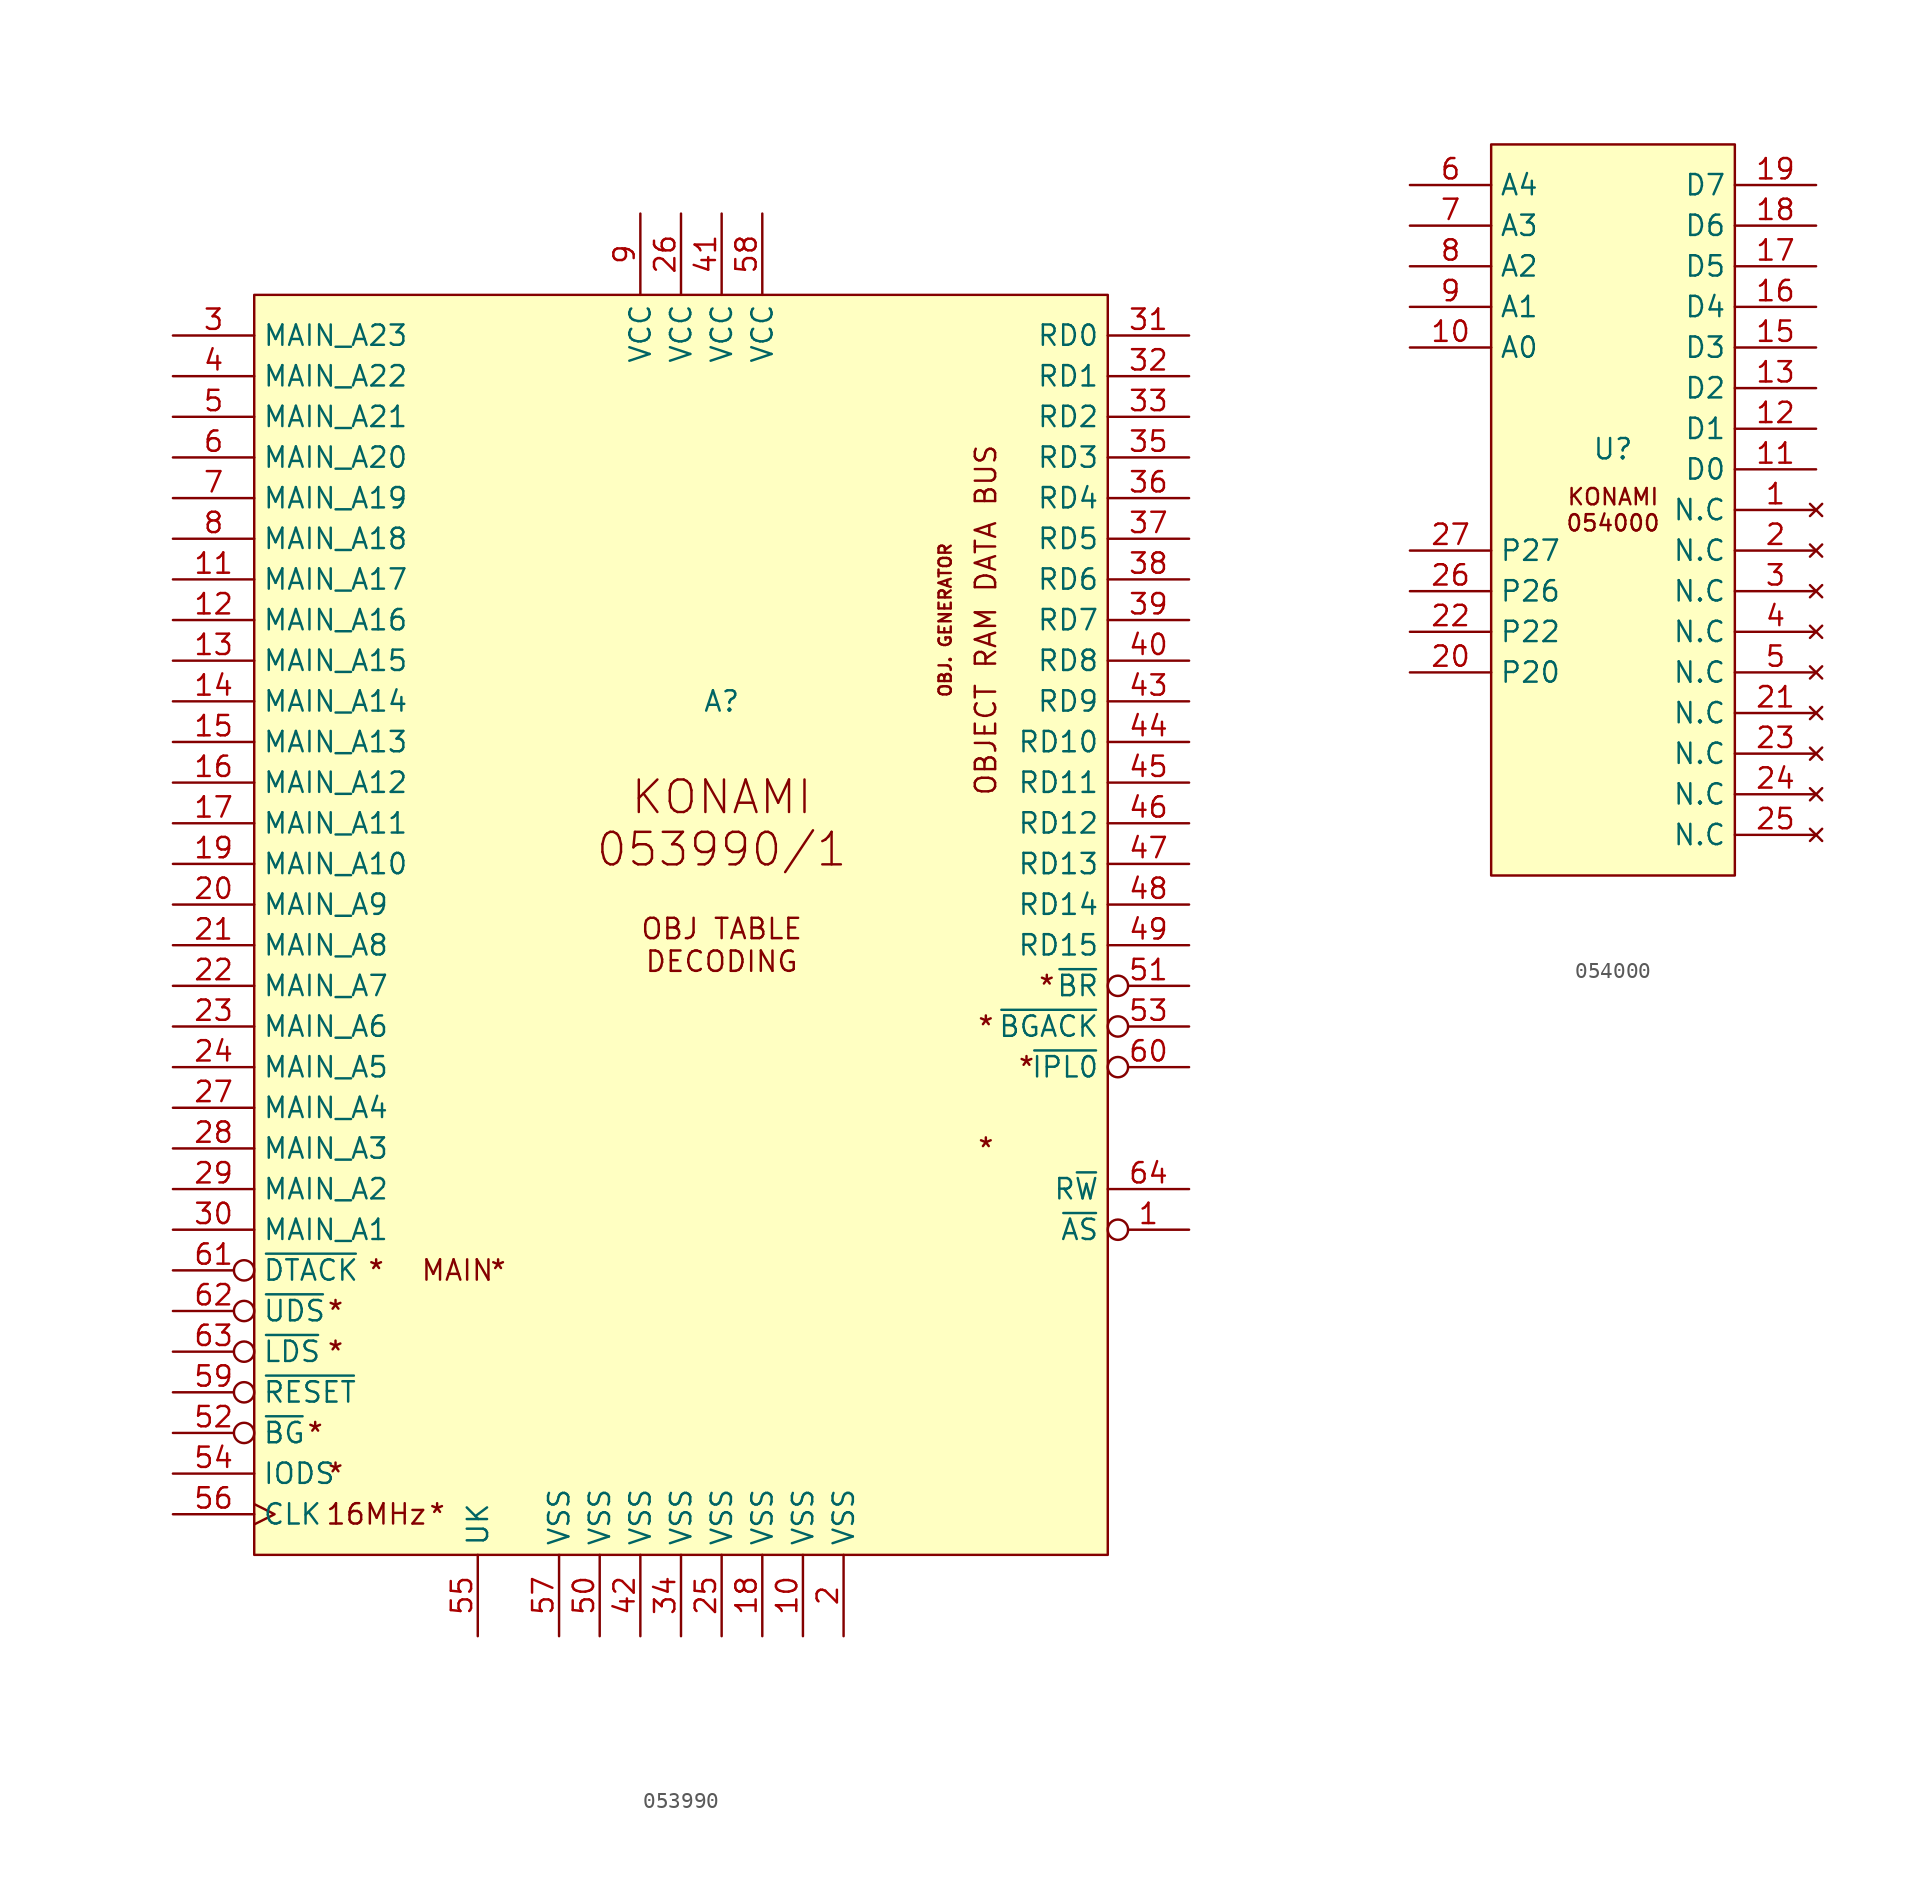
<source format=kicad_sym>
(kicad_symbol_lib
  (version 20231120)
  (generator "kicad_symbol_editor")
  (generator_version "8.0")
  (symbol "053990"
    (property "Reference" "A"
      (at 2.54 13.97 0)
      (effects (font (size 1.27 1.27))))
    (property "Value" ""
      (at 2.54 0 0)
      (effects (font (size 1.27 1.27))))
    (symbol "053990_1_1"
      (rectangle (start -26.67 39.37) (end 26.67 -39.37) (stroke (width 0) (type default)) (fill (type background)))
      (text "*" (at -22.86 -31.75 0) (effects (font (size 1.27 1.27))))
      (text "*" (at -21.59 -34.29 0) (effects (font (size 1.27 1.27))))
      (text "*" (at -21.59 -26.67 0) (effects (font (size 1.27 1.27))))
      (text "*" (at -21.59 -24.13 0) (effects (font (size 1.27 1.27))))
      (text "*" (at -19.05 -21.59 0) (effects (font (size 1.27 1.27))))
      (text "*" (at -15.24 -36.83 0) (effects (font (size 1.27 1.27))))
      (text "*" (at -11.43 -21.59 0) (effects (font (size 1.27 1.27))))
      (text "*" (at 19.05 -13.97 0) (effects (font (size 1.27 1.27))))
      (text "*" (at 19.05 -6.35 0) (effects (font (size 1.27 1.27))))
      (text "*" (at 21.59 -8.89 0) (effects (font (size 1.27 1.27))))
      (text "*" (at 22.86 -3.81 0) (effects (font (size 1.27 1.27))))
      (text "16MHz" (at -19.05 -36.83 0) (effects (font (size 1.27 1.27))))
      (text "KONAMI\n053990/1\n" (at 2.54 6.35 0) (effects (font (size 2.032 2.032))))
      (text "MAIN" (at -13.97 -21.59 0) (effects (font (size 1.27 1.27))))
      (text "OBJ TABLE\nDECODING" (at 2.54 -1.27 0) (effects (font (size 1.27 1.27))))
      (text "OBJ. GENERATOR" (at 16.51 19.05 900) (effects (font (size 0.762 0.762))))
      (text "OBJECT RAM DATA BUS" (at 19.05 19.05 900) (effects (font (size 1.27 1.27))))
      (pin tri_state inverted (at 31.75 -19.05 180) (length 5.08) (name "~{AS}" (effects (font (size 1.27 1.27)))) (number "1" (effects (font (size 1.27 1.27)))))
      (pin power_in line (at 7.62 -44.45 90) (length 5.08) (name "VSS" (effects (font (size 1.27 1.27)))) (number "10" (effects (font (size 1.27 1.27)))))
      (pin tri_state line (at -31.75 21.59 0) (length 5.08) (name "MAIN_A17" (effects (font (size 1.27 1.27)))) (number "11" (effects (font (size 1.27 1.27)))))
      (pin tri_state line (at -31.75 19.05 0) (length 5.08) (name "MAIN_A16" (effects (font (size 1.27 1.27)))) (number "12" (effects (font (size 1.27 1.27)))))
      (pin tri_state line (at -31.75 16.51 0) (length 5.08) (name "MAIN_A15" (effects (font (size 1.27 1.27)))) (number "13" (effects (font (size 1.27 1.27)))))
      (pin tri_state line (at -31.75 13.97 0) (length 5.08) (name "MAIN_A14" (effects (font (size 1.27 1.27)))) (number "14" (effects (font (size 1.27 1.27)))))
      (pin tri_state line (at -31.75 11.43 0) (length 5.08) (name "MAIN_A13" (effects (font (size 1.27 1.27)))) (number "15" (effects (font (size 1.27 1.27)))))
      (pin tri_state line (at -31.75 8.89 0) (length 5.08) (name "MAIN_A12" (effects (font (size 1.27 1.27)))) (number "16" (effects (font (size 1.27 1.27)))))
      (pin tri_state line (at -31.75 6.35 0) (length 5.08) (name "MAIN_A11" (effects (font (size 1.27 1.27)))) (number "17" (effects (font (size 1.27 1.27)))))
      (pin power_in line (at 5.08 -44.45 90) (length 5.08) (name "VSS" (effects (font (size 1.27 1.27)))) (number "18" (effects (font (size 1.27 1.27)))))
      (pin tri_state line (at -31.75 3.81 0) (length 5.08) (name "MAIN_A10" (effects (font (size 1.27 1.27)))) (number "19" (effects (font (size 1.27 1.27)))))
      (pin power_in line (at 10.16 -44.45 90) (length 5.08) (name "VSS" (effects (font (size 1.27 1.27)))) (number "2" (effects (font (size 1.27 1.27)))))
      (pin tri_state line (at -31.75 1.27 0) (length 5.08) (name "MAIN_A9" (effects (font (size 1.27 1.27)))) (number "20" (effects (font (size 1.27 1.27)))))
      (pin tri_state line (at -31.75 -1.27 0) (length 5.08) (name "MAIN_A8" (effects (font (size 1.27 1.27)))) (number "21" (effects (font (size 1.27 1.27)))))
      (pin tri_state line (at -31.75 -3.81 0) (length 5.08) (name "MAIN_A7" (effects (font (size 1.27 1.27)))) (number "22" (effects (font (size 1.27 1.27)))))
      (pin tri_state line (at -31.75 -6.35 0) (length 5.08) (name "MAIN_A6" (effects (font (size 1.27 1.27)))) (number "23" (effects (font (size 1.27 1.27)))))
      (pin tri_state line (at -31.75 -8.89 0) (length 5.08) (name "MAIN_A5" (effects (font (size 1.27 1.27)))) (number "24" (effects (font (size 1.27 1.27)))))
      (pin power_in line (at 2.54 -44.45 90) (length 5.08) (name "VSS" (effects (font (size 1.27 1.27)))) (number "25" (effects (font (size 1.27 1.27)))))
      (pin power_in line (at 0 44.45 270) (length 5.08) (name "VCC" (effects (font (size 1.27 1.27)))) (number "26" (effects (font (size 1.27 1.27)))))
      (pin tri_state line (at -31.75 -11.43 0) (length 5.08) (name "MAIN_A4" (effects (font (size 1.27 1.27)))) (number "27" (effects (font (size 1.27 1.27)))))
      (pin tri_state line (at -31.75 -13.97 0) (length 5.08) (name "MAIN_A3" (effects (font (size 1.27 1.27)))) (number "28" (effects (font (size 1.27 1.27)))))
      (pin tri_state line (at -31.75 -16.51 0) (length 5.08) (name "MAIN_A2" (effects (font (size 1.27 1.27)))) (number "29" (effects (font (size 1.27 1.27)))))
      (pin tri_state line (at -31.75 36.83 0) (length 5.08) (name "MAIN_A23" (effects (font (size 1.27 1.27)))) (number "3" (effects (font (size 1.27 1.27)))))
      (pin tri_state line (at -31.75 -19.05 0) (length 5.08) (name "MAIN_A1" (effects (font (size 1.27 1.27)))) (number "30" (effects (font (size 1.27 1.27)))))
      (pin tri_state line (at 31.75 36.83 180) (length 5.08) (name "RD0" (effects (font (size 1.27 1.27)))) (number "31" (effects (font (size 1.27 1.27)))))
      (pin tri_state line (at 31.75 34.29 180) (length 5.08) (name "RD1" (effects (font (size 1.27 1.27)))) (number "32" (effects (font (size 1.27 1.27)))))
      (pin tri_state line (at 31.75 31.75 180) (length 5.08) (name "RD2" (effects (font (size 1.27 1.27)))) (number "33" (effects (font (size 1.27 1.27)))))
      (pin power_in line (at 0 -44.45 90) (length 5.08) (name "VSS" (effects (font (size 1.27 1.27)))) (number "34" (effects (font (size 1.27 1.27)))))
      (pin tri_state line (at 31.75 29.21 180) (length 5.08) (name "RD3" (effects (font (size 1.27 1.27)))) (number "35" (effects (font (size 1.27 1.27)))))
      (pin tri_state line (at 31.75 26.67 180) (length 5.08) (name "RD4" (effects (font (size 1.27 1.27)))) (number "36" (effects (font (size 1.27 1.27)))))
      (pin tri_state line (at 31.75 24.13 180) (length 5.08) (name "RD5" (effects (font (size 1.27 1.27)))) (number "37" (effects (font (size 1.27 1.27)))))
      (pin tri_state line (at 31.75 21.59 180) (length 5.08) (name "RD6" (effects (font (size 1.27 1.27)))) (number "38" (effects (font (size 1.27 1.27)))))
      (pin tri_state line (at 31.75 19.05 180) (length 5.08) (name "RD7" (effects (font (size 1.27 1.27)))) (number "39" (effects (font (size 1.27 1.27)))))
      (pin tri_state line (at -31.75 34.29 0) (length 5.08) (name "MAIN_A22" (effects (font (size 1.27 1.27)))) (number "4" (effects (font (size 1.27 1.27)))))
      (pin tri_state line (at 31.75 16.51 180) (length 5.08) (name "RD8" (effects (font (size 1.27 1.27)))) (number "40" (effects (font (size 1.27 1.27)))))
      (pin power_in line (at 2.54 44.45 270) (length 5.08) (name "VCC" (effects (font (size 1.27 1.27)))) (number "41" (effects (font (size 1.27 1.27)))))
      (pin power_in line (at -2.54 -44.45 90) (length 5.08) (name "VSS" (effects (font (size 1.27 1.27)))) (number "42" (effects (font (size 1.27 1.27)))))
      (pin tri_state line (at 31.75 13.97 180) (length 5.08) (name "RD9" (effects (font (size 1.27 1.27)))) (number "43" (effects (font (size 1.27 1.27)))))
      (pin tri_state line (at 31.75 11.43 180) (length 5.08) (name "RD10" (effects (font (size 1.27 1.27)))) (number "44" (effects (font (size 1.27 1.27)))))
      (pin tri_state line (at 31.75 8.89 180) (length 5.08) (name "RD11" (effects (font (size 1.27 1.27)))) (number "45" (effects (font (size 1.27 1.27)))))
      (pin tri_state line (at 31.75 6.35 180) (length 5.08) (name "RD12" (effects (font (size 1.27 1.27)))) (number "46" (effects (font (size 1.27 1.27)))))
      (pin tri_state line (at 31.75 3.81 180) (length 5.08) (name "RD13" (effects (font (size 1.27 1.27)))) (number "47" (effects (font (size 1.27 1.27)))))
      (pin tri_state line (at 31.75 1.27 180) (length 5.08) (name "RD14" (effects (font (size 1.27 1.27)))) (number "48" (effects (font (size 1.27 1.27)))))
      (pin tri_state line (at 31.75 -1.27 180) (length 5.08) (name "RD15" (effects (font (size 1.27 1.27)))) (number "49" (effects (font (size 1.27 1.27)))))
      (pin tri_state line (at -31.75 31.75 0) (length 5.08) (name "MAIN_A21" (effects (font (size 1.27 1.27)))) (number "5" (effects (font (size 1.27 1.27)))))
      (pin power_in line (at -5.08 -44.45 90) (length 5.08) (name "VSS" (effects (font (size 1.27 1.27)))) (number "50" (effects (font (size 1.27 1.27)))))
      (pin output inverted (at 31.75 -3.81 180) (length 5.08) (name "~{BR}" (effects (font (size 1.27 1.27)))) (number "51" (effects (font (size 1.27 1.27)))))
      (pin input inverted (at -31.75 -31.75 0) (length 5.08) (name "~{BG}" (effects (font (size 1.27 1.27)))) (number "52" (effects (font (size 1.27 1.27)))))
      (pin output inverted (at 31.75 -6.35 180) (length 5.08) (name "~{BGACK}" (effects (font (size 1.27 1.27)))) (number "53" (effects (font (size 1.27 1.27)))))
      (pin input line (at -31.75 -34.29 0) (length 5.08) (name "IODS" (effects (font (size 1.27 1.27)))) (number "54" (effects (font (size 1.27 1.27)))))
      (pin input line (at -12.7 -44.45 90) (length 5.08) (name "UK" (effects (font (size 1.27 1.27)))) (number "55" (effects (font (size 1.27 1.27)))))
      (pin input clock (at -31.75 -36.83 0) (length 5.08) (name "CLK" (effects (font (size 1.27 1.27)))) (number "56" (effects (font (size 1.27 1.27)))))
      (pin power_in line (at -7.62 -44.45 90) (length 5.08) (name "VSS" (effects (font (size 1.27 1.27)))) (number "57" (effects (font (size 1.27 1.27)))))
      (pin power_in line (at 5.08 44.45 270) (length 5.08) (name "VCC" (effects (font (size 1.27 1.27)))) (number "58" (effects (font (size 1.27 1.27)))))
      (pin input inverted (at -31.75 -29.21 0) (length 5.08) (name "~{RESET}" (effects (font (size 1.27 1.27)))) (number "59" (effects (font (size 1.27 1.27)))))
      (pin tri_state line (at -31.75 29.21 0) (length 5.08) (name "MAIN_A20" (effects (font (size 1.27 1.27)))) (number "6" (effects (font (size 1.27 1.27)))))
      (pin output inverted (at 31.75 -8.89 180) (length 5.08) (name "~{IPL0}" (effects (font (size 1.27 1.27)))) (number "60" (effects (font (size 1.27 1.27)))))
      (pin input inverted (at -31.75 -21.59 0) (length 5.08) (name "~{DTACK}" (effects (font (size 1.27 1.27)))) (number "61" (effects (font (size 1.27 1.27)))))
      (pin tri_state inverted (at -31.75 -24.13 0) (length 5.08) (name "~{UDS}" (effects (font (size 1.27 1.27)))) (number "62" (effects (font (size 1.27 1.27)))))
      (pin tri_state inverted (at -31.75 -26.67 0) (length 5.08) (name "~{LDS}" (effects (font (size 1.27 1.27)))) (number "63" (effects (font (size 1.27 1.27)))))
      (pin tri_state line (at 31.75 -16.51 180) (length 5.08) (name "R~{W}" (effects (font (size 1.27 1.27)))) (number "64" (effects (font (size 1.27 1.27)))))
      (pin tri_state line (at -31.75 26.67 0) (length 5.08) (name "MAIN_A19" (effects (font (size 1.27 1.27)))) (number "7" (effects (font (size 1.27 1.27)))))
      (pin tri_state line (at -31.75 24.13 0) (length 5.08) (name "MAIN_A18" (effects (font (size 1.27 1.27)))) (number "8" (effects (font (size 1.27 1.27)))))
      (pin power_in line (at -2.54 44.45 270) (length 5.08) (name "VCC" (effects (font (size 1.27 1.27)))) (number "9" (effects (font (size 1.27 1.27)))))))
  (symbol "054000"
    (property "Reference" "U"
      (at 0 3.81 0)
      (effects (font (size 1.27 1.27))))
    (property "Value" ""
      (at 0 0 0)
      (effects (font (size 1.27 1.27))))
    (symbol "054000_1_1"
      (rectangle (start -7.62 22.86) (end 7.62 -22.86) (stroke (width 0) (type default)) (fill (type background)))
      (text "KONAMI\n054000" (at 0 0 0) (effects (font (size 1.016 1.016))))
      (pin no_connect line (at 12.7 0 180) (length 5.08) (name "N.C" (effects (font (size 1.27 1.27)))) (number "1" (effects (font (size 1.27 1.27)))))
      (pin input line (at -12.7 10.16 0) (length 5.08) (name "A0" (effects (font (size 1.27 1.27)))) (number "10" (effects (font (size 1.27 1.27)))))
      (pin bidirectional line (at 12.7 2.54 180) (length 5.08) (name "D0" (effects (font (size 1.27 1.27)))) (number "11" (effects (font (size 1.27 1.27)))))
      (pin bidirectional line (at 12.7 5.08 180) (length 5.08) (name "D1" (effects (font (size 1.27 1.27)))) (number "12" (effects (font (size 1.27 1.27)))))
      (pin bidirectional line (at 12.7 7.62 180) (length 5.08) (name "D2" (effects (font (size 1.27 1.27)))) (number "13" (effects (font (size 1.27 1.27)))))
      (pin power_in line (at 0 -22.86 90) (length 5.08) hide (name "VSS" (effects (font (size 1.27 1.27)))) (number "14" (effects (font (size 1.27 1.27)))))
      (pin bidirectional line (at 12.7 10.16 180) (length 5.08) (name "D3" (effects (font (size 1.27 1.27)))) (number "15" (effects (font (size 1.27 1.27)))))
      (pin bidirectional line (at 12.7 12.7 180) (length 5.08) (name "D4" (effects (font (size 1.27 1.27)))) (number "16" (effects (font (size 1.27 1.27)))))
      (pin bidirectional line (at 12.7 15.24 180) (length 5.08) (name "D5" (effects (font (size 1.27 1.27)))) (number "17" (effects (font (size 1.27 1.27)))))
      (pin bidirectional line (at 12.7 17.78 180) (length 5.08) (name "D6" (effects (font (size 1.27 1.27)))) (number "18" (effects (font (size 1.27 1.27)))))
      (pin bidirectional line (at 12.7 20.32 180) (length 5.08) (name "D7" (effects (font (size 1.27 1.27)))) (number "19" (effects (font (size 1.27 1.27)))))
      (pin no_connect line (at 12.7 -2.54 180) (length 5.08) (name "N.C" (effects (font (size 1.27 1.27)))) (number "2" (effects (font (size 1.27 1.27)))))
      (pin input line (at -12.7 -10.16 0) (length 5.08) (name "P20" (effects (font (size 1.27 1.27)))) (number "20" (effects (font (size 1.27 1.27)))))
      (pin no_connect line (at 12.7 -12.7 180) (length 5.08) (name "N.C" (effects (font (size 1.27 1.27)))) (number "21" (effects (font (size 1.27 1.27)))))
      (pin input line (at -12.7 -7.62 0) (length 5.08) (name "P22" (effects (font (size 1.27 1.27)))) (number "22" (effects (font (size 1.27 1.27)))))
      (pin no_connect line (at 12.7 -15.24 180) (length 5.08) (name "N.C" (effects (font (size 1.27 1.27)))) (number "23" (effects (font (size 1.27 1.27)))))
      (pin no_connect line (at 12.7 -17.78 180) (length 5.08) (name "N.C" (effects (font (size 1.27 1.27)))) (number "24" (effects (font (size 1.27 1.27)))))
      (pin no_connect line (at 12.7 -20.32 180) (length 5.08) (name "N.C" (effects (font (size 1.27 1.27)))) (number "25" (effects (font (size 1.27 1.27)))))
      (pin input line (at -12.7 -5.08 0) (length 5.08) (name "P26" (effects (font (size 1.27 1.27)))) (number "26" (effects (font (size 1.27 1.27)))))
      (pin input line (at -12.7 -2.54 0) (length 5.08) (name "P27" (effects (font (size 1.27 1.27)))) (number "27" (effects (font (size 1.27 1.27)))))
      (pin power_in line (at 0 22.86 270) (length 5.08) hide (name "VCC" (effects (font (size 1.27 1.27)))) (number "28" (effects (font (size 1.27 1.27)))))
      (pin no_connect line (at 12.7 -5.08 180) (length 5.08) (name "N.C" (effects (font (size 1.27 1.27)))) (number "3" (effects (font (size 1.27 1.27)))))
      (pin no_connect line (at 12.7 -7.62 180) (length 5.08) (name "N.C" (effects (font (size 1.27 1.27)))) (number "4" (effects (font (size 1.27 1.27)))))
      (pin no_connect line (at 12.7 -10.16 180) (length 5.08) (name "N.C" (effects (font (size 1.27 1.27)))) (number "5" (effects (font (size 1.27 1.27)))))
      (pin input line (at -12.7 20.32 0) (length 5.08) (name "A4" (effects (font (size 1.27 1.27)))) (number "6" (effects (font (size 1.27 1.27)))))
      (pin input line (at -12.7 17.78 0) (length 5.08) (name "A3" (effects (font (size 1.27 1.27)))) (number "7" (effects (font (size 1.27 1.27)))))
      (pin input line (at -12.7 15.24 0) (length 5.08) (name "A2" (effects (font (size 1.27 1.27)))) (number "8" (effects (font (size 1.27 1.27)))))
      (pin input line (at -12.7 12.7 0) (length 5.08) (name "A1" (effects (font (size 1.27 1.27)))) (number "9" (effects (font (size 1.27 1.27))))))))
</source>
